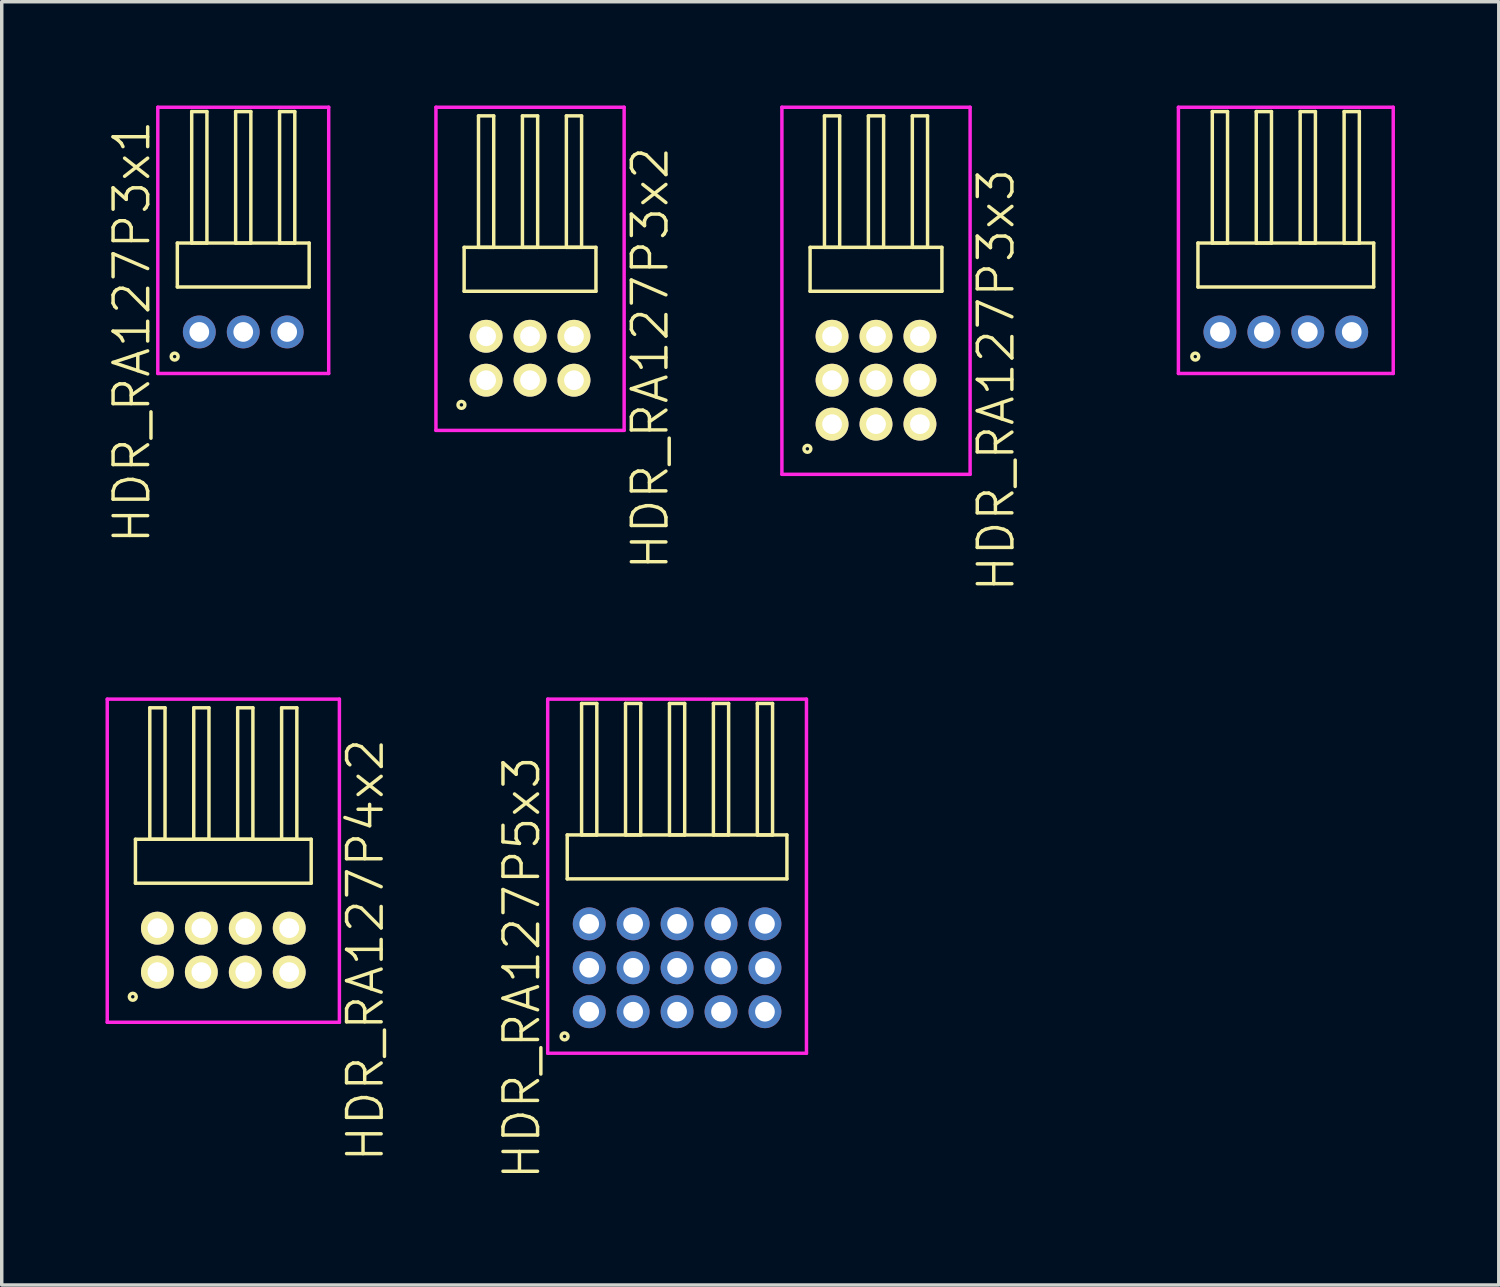
<source format=kicad_pcb>
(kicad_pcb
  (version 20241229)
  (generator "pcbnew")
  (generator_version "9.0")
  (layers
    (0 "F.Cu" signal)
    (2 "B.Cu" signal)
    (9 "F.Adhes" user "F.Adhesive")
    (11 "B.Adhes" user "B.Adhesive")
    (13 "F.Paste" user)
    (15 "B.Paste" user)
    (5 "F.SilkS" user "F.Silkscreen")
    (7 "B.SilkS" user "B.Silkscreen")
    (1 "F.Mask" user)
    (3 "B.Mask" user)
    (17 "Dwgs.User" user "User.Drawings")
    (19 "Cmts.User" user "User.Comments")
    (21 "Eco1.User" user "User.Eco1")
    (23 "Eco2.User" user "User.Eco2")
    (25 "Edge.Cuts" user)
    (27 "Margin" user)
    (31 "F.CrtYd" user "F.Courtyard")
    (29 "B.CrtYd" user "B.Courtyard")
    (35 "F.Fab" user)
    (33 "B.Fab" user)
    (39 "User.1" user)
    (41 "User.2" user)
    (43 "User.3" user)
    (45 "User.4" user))
  (footprint "HDR_RA127P4x1"
    (layer "F.Cu")
    (at 34.117 6.545)
    (property "Reference" "HDR_RA127P4x1" (at -3.855 0 90) (layer "User.1") (effects (font (size 1 1) (thickness 0.1))))
    (attr through_hole)
    (fp_line (start -2.54 -2.57) (end -2.54 -1.3) (stroke (width 0.1) (type solid)) (layer "F.SilkS"))
    (fp_line (start -2.54 -1.3) (end 2.54 -1.3) (stroke (width 0.1) (type solid)) (layer "F.SilkS"))
    (fp_line (start -2.125 -6.37) (end -2.125 -2.57) (stroke (width 0.1) (type solid)) (layer "F.SilkS"))
    (fp_line (start -2.125 -2.57) (end -1.685 -2.57) (stroke (width 0.1) (type solid)) (layer "F.SilkS"))
    (fp_line (start -1.685 -6.37) (end -2.125 -6.37) (stroke (width 0.1) (type solid)) (layer "F.SilkS"))
    (fp_line (start -1.685 -2.57) (end -1.685 -6.37) (stroke (width 0.1) (type solid)) (layer "F.SilkS"))
    (fp_line (start -0.855 -6.37) (end -0.855 -2.57) (stroke (width 0.1) (type solid)) (layer "F.SilkS"))
    (fp_line (start -0.855 -2.57) (end -0.415 -2.57) (stroke (width 0.1) (type solid)) (layer "F.SilkS"))
    (fp_line (start -0.415 -6.37) (end -0.855 -6.37) (stroke (width 0.1) (type solid)) (layer "F.SilkS"))
    (fp_line (start -0.415 -2.57) (end -0.415 -6.37) (stroke (width 0.1) (type solid)) (layer "F.SilkS"))
    (fp_line (start 0.415 -6.37) (end 0.415 -2.57) (stroke (width 0.1) (type solid)) (layer "F.SilkS"))
    (fp_line (start 0.415 -2.57) (end 0.855 -2.57) (stroke (width 0.1) (type solid)) (layer "F.SilkS"))
    (fp_line (start 0.855 -6.37) (end 0.415 -6.37) (stroke (width 0.1) (type solid)) (layer "F.SilkS"))
    (fp_line (start 0.855 -2.57) (end 0.855 -6.37) (stroke (width 0.1) (type solid)) (layer "F.SilkS"))
    (fp_line (start 1.685 -6.37) (end 1.685 -2.57) (stroke (width 0.1) (type solid)) (layer "F.SilkS"))
    (fp_line (start 1.685 -2.57) (end 2.125 -2.57) (stroke (width 0.1) (type solid)) (layer "F.SilkS"))
    (fp_line (start 2.125 -6.37) (end 1.685 -6.37) (stroke (width 0.1) (type solid)) (layer "F.SilkS"))
    (fp_line (start 2.125 -2.57) (end 2.125 -6.37) (stroke (width 0.1) (type solid)) (layer "F.SilkS"))
    (fp_line (start 2.54 -2.57) (end -2.54 -2.57) (stroke (width 0.1) (type solid)) (layer "F.SilkS"))
    (fp_line (start 2.54 -1.3) (end 2.54 -2.57) (stroke (width 0.1) (type solid)) (layer "F.SilkS"))
    (fp_circle (center -2.617 0.712) (end -2.517 0.712) (stroke (width 0.1) (type solid)) (fill no) (layer "F.SilkS"))
    (fp_line (start -3.105 -6.495) (end -3.105 1.2) (stroke (width 0.1) (type solid)) (layer "F.CrtYd"))
    (fp_line (start -3.105 1.2) (end 3.105 1.2) (stroke (width 0.1) (type solid)) (layer "F.CrtYd"))
    (fp_line (start 3.105 -6.495) (end -3.105 -6.495) (stroke (width 0.1) (type solid)) (layer "F.CrtYd"))
    (fp_line (start 3.105 1.2) (end 3.105 -6.495) (stroke (width 0.1) (type solid)) (layer "F.CrtYd"))
    (pad "1" thru_hole oval (at -1.905 0) (size 0.95 0.95) (drill 0.57) (layers "*.Cu" "*.Mask"))
    (pad "2" thru_hole oval (at -0.635 0) (size 0.95 0.95) (drill 0.57) (layers "*.Cu" "*.Mask"))
    (pad "3" thru_hole oval (at 0.635 0) (size 0.95 0.95) (drill 0.57) (layers "*.Cu" "*.Mask"))
    (pad "4" thru_hole oval (at 1.905 0) (size 0.95 0.95) (drill 0.57) (layers "*.Cu" "*.Mask")))
  (footprint "HDR_RA127P3x2"
    (layer "F.Cu")
    (at 12.271 7.305)
    (property "Reference" "HDR_RA127P3x2" (at 3.47 0 90) (layer "F.SilkS") (effects (font (size 1 1) (thickness 0.1))))
    (attr through_hole)
    (fp_line (start -1.905 -3.205) (end -1.905 -1.935) (stroke (width 0.1) (type solid)) (layer "F.SilkS"))
    (fp_line (start -1.905 -1.935) (end 1.905 -1.935) (stroke (width 0.1) (type solid)) (layer "F.SilkS"))
    (fp_line (start -1.49 -7.005) (end -1.49 -3.205) (stroke (width 0.1) (type solid)) (layer "F.SilkS"))
    (fp_line (start -1.49 -3.205) (end -1.05 -3.205) (stroke (width 0.1) (type solid)) (layer "F.SilkS"))
    (fp_line (start -1.05 -7.005) (end -1.49 -7.005) (stroke (width 0.1) (type solid)) (layer "F.SilkS"))
    (fp_line (start -1.05 -3.205) (end -1.05 -7.005) (stroke (width 0.1) (type solid)) (layer "F.SilkS"))
    (fp_line (start -0.22 -7.005) (end -0.22 -3.205) (stroke (width 0.1) (type solid)) (layer "F.SilkS"))
    (fp_line (start -0.22 -3.205) (end 0.22 -3.205) (stroke (width 0.1) (type solid)) (layer "F.SilkS"))
    (fp_line (start 0.22 -7.005) (end -0.22 -7.005) (stroke (width 0.1) (type solid)) (layer "F.SilkS"))
    (fp_line (start 0.22 -3.205) (end 0.22 -7.005) (stroke (width 0.1) (type solid)) (layer "F.SilkS"))
    (fp_line (start 1.05 -7.005) (end 1.05 -3.205) (stroke (width 0.1) (type solid)) (layer "F.SilkS"))
    (fp_line (start 1.05 -3.205) (end 1.49 -3.205) (stroke (width 0.1) (type solid)) (layer "F.SilkS"))
    (fp_line (start 1.49 -7.005) (end 1.05 -7.005) (stroke (width 0.1) (type solid)) (layer "F.SilkS"))
    (fp_line (start 1.49 -3.205) (end 1.49 -7.005) (stroke (width 0.1) (type solid)) (layer "F.SilkS"))
    (fp_line (start 1.905 -3.205) (end -1.905 -3.205) (stroke (width 0.1) (type solid)) (layer "F.SilkS"))
    (fp_line (start 1.905 -1.935) (end 1.905 -3.205) (stroke (width 0.1) (type solid)) (layer "F.SilkS"))
    (fp_circle (center -1.983 1.348) (end -1.883 1.348) (stroke (width 0.1) (type solid)) (fill no) (layer "F.SilkS"))
    (fp_line (start -2.72 -7.255) (end -2.72 2.085) (stroke (width 0.1) (type solid)) (layer "F.CrtYd"))
    (fp_line (start -2.72 2.085) (end 2.72 2.085) (stroke (width 0.1) (type solid)) (layer "F.CrtYd"))
    (fp_line (start 2.72 -7.255) (end -2.72 -7.255) (stroke (width 0.1) (type solid)) (layer "F.CrtYd"))
    (fp_line (start 2.72 2.085) (end 2.72 -7.255) (stroke (width 0.1) (type solid)) (layer "F.CrtYd"))
    (pad "1" thru_hole oval (at -1.27 0.635) (size 0.95 0.95) (drill 0.57) (layers "*.Cu" "*.Mask" "F.SilkS"))
    (pad "2" thru_hole oval (at -1.27 -0.635) (size 0.95 0.95) (drill 0.57) (layers "*.Cu" "*.Mask" "F.SilkS"))
    (pad "3" thru_hole oval (at 0 0.635) (size 0.95 0.95) (drill 0.57) (layers "*.Cu" "*.Mask" "F.SilkS"))
    (pad "4" thru_hole oval (at 0 -0.635) (size 0.95 0.95) (drill 0.57) (layers "*.Cu" "*.Mask" "F.SilkS"))
    (pad "5" thru_hole oval (at 1.27 0.635) (size 0.95 0.95) (drill 0.57) (layers "*.Cu" "*.Mask" "F.SilkS"))
    (pad "6" thru_hole oval (at 1.27 -0.635) (size 0.95 0.95) (drill 0.57) (layers "*.Cu" "*.Mask" "F.SilkS")))
  (footprint "HDR_RA127P5x3"
    (layer "F.Cu")
    (at 16.521 24.924)
    (property "Reference" "HDR_RA127P5x3" (at -4.49 0 90) (layer "F.SilkS") (effects (font (size 1 1) (thickness 0.1))))
    (attr through_hole)
    (fp_line (start -3.175 -3.84) (end -3.175 -2.57) (stroke (width 0.1) (type solid)) (layer "F.SilkS"))
    (fp_line (start -3.175 -2.57) (end 3.175 -2.57) (stroke (width 0.1) (type solid)) (layer "F.SilkS"))
    (fp_line (start -2.76 -7.64) (end -2.76 -3.84) (stroke (width 0.1) (type solid)) (layer "F.SilkS"))
    (fp_line (start -2.76 -3.84) (end -2.32 -3.84) (stroke (width 0.1) (type solid)) (layer "F.SilkS"))
    (fp_line (start -2.32 -7.64) (end -2.76 -7.64) (stroke (width 0.1) (type solid)) (layer "F.SilkS"))
    (fp_line (start -2.32 -3.84) (end -2.32 -7.64) (stroke (width 0.1) (type solid)) (layer "F.SilkS"))
    (fp_line (start -1.49 -7.64) (end -1.49 -3.84) (stroke (width 0.1) (type solid)) (layer "F.SilkS"))
    (fp_line (start -1.49 -3.84) (end -1.05 -3.84) (stroke (width 0.1) (type solid)) (layer "F.SilkS"))
    (fp_line (start -1.05 -7.64) (end -1.49 -7.64) (stroke (width 0.1) (type solid)) (layer "F.SilkS"))
    (fp_line (start -1.05 -3.84) (end -1.05 -7.64) (stroke (width 0.1) (type solid)) (layer "F.SilkS"))
    (fp_line (start -0.22 -7.64) (end -0.22 -3.84) (stroke (width 0.1) (type solid)) (layer "F.SilkS"))
    (fp_line (start -0.22 -3.84) (end 0.22 -3.84) (stroke (width 0.1) (type solid)) (layer "F.SilkS"))
    (fp_line (start 0.22 -7.64) (end -0.22 -7.64) (stroke (width 0.1) (type solid)) (layer "F.SilkS"))
    (fp_line (start 0.22 -3.84) (end 0.22 -7.64) (stroke (width 0.1) (type solid)) (layer "F.SilkS"))
    (fp_line (start 1.05 -7.64) (end 1.05 -3.84) (stroke (width 0.1) (type solid)) (layer "F.SilkS"))
    (fp_line (start 1.05 -3.84) (end 1.49 -3.84) (stroke (width 0.1) (type solid)) (layer "F.SilkS"))
    (fp_line (start 1.49 -7.64) (end 1.05 -7.64) (stroke (width 0.1) (type solid)) (layer "F.SilkS"))
    (fp_line (start 1.49 -3.84) (end 1.49 -7.64) (stroke (width 0.1) (type solid)) (layer "F.SilkS"))
    (fp_line (start 2.32 -7.64) (end 2.32 -3.84) (stroke (width 0.1) (type solid)) (layer "F.SilkS"))
    (fp_line (start 2.32 -3.84) (end 2.76 -3.84) (stroke (width 0.1) (type solid)) (layer "F.SilkS"))
    (fp_line (start 2.76 -7.64) (end 2.32 -7.64) (stroke (width 0.1) (type solid)) (layer "F.SilkS"))
    (fp_line (start 2.76 -3.84) (end 2.76 -7.64) (stroke (width 0.1) (type solid)) (layer "F.SilkS"))
    (fp_line (start 3.175 -3.84) (end -3.175 -3.84) (stroke (width 0.1) (type solid)) (layer "F.SilkS"))
    (fp_line (start 3.175 -2.57) (end 3.175 -3.84) (stroke (width 0.1) (type solid)) (layer "F.SilkS"))
    (fp_circle (center -3.252 1.983) (end -3.152 1.983) (stroke (width 0.1) (type solid)) (fill no) (layer "F.SilkS"))
    (fp_line (start -3.74 -7.765) (end -3.74 2.47) (stroke (width 0.1) (type solid)) (layer "F.CrtYd"))
    (fp_line (start -3.74 2.47) (end 3.74 2.47) (stroke (width 0.1) (type solid)) (layer "F.CrtYd"))
    (fp_line (start 3.74 -7.765) (end -3.74 -7.765) (stroke (width 0.1) (type solid)) (layer "F.CrtYd"))
    (fp_line (start 3.74 2.47) (end 3.74 -7.765) (stroke (width 0.1) (type solid)) (layer "F.CrtYd"))
    (pad "1" thru_hole oval (at -2.54 1.27) (size 0.95 0.95) (drill 0.57) (layers "*.Cu" "*.Mask"))
    (pad "2" thru_hole oval (at -2.54 0) (size 0.95 0.95) (drill 0.57) (layers "*.Cu" "*.Mask"))
    (pad "3" thru_hole oval (at -2.54 -1.27) (size 0.95 0.95) (drill 0.57) (layers "*.Cu" "*.Mask"))
    (pad "4" thru_hole oval (at -1.27 1.27) (size 0.95 0.95) (drill 0.57) (layers "*.Cu" "*.Mask"))
    (pad "5" thru_hole oval (at -1.27 0) (size 0.95 0.95) (drill 0.57) (layers "*.Cu" "*.Mask"))
    (pad "6" thru_hole oval (at -1.27 -1.27) (size 0.95 0.95) (drill 0.57) (layers "*.Cu" "*.Mask"))
    (pad "7" thru_hole oval (at 0 1.27) (size 0.95 0.95) (drill 0.57) (layers "*.Cu" "*.Mask"))
    (pad "8" thru_hole oval (at 0 0) (size 0.95 0.95) (drill 0.57) (layers "*.Cu" "*.Mask"))
    (pad "9" thru_hole oval (at 0 -1.27) (size 0.95 0.95) (drill 0.57) (layers "*.Cu" "*.Mask"))
    (pad "10" thru_hole oval (at 1.27 1.27) (size 0.95 0.95) (drill 0.57) (layers "*.Cu" "*.Mask"))
    (pad "11" thru_hole oval (at 1.27 0) (size 0.95 0.95) (drill 0.57) (layers "*.Cu" "*.Mask"))
    (pad "12" thru_hole oval (at 1.27 -1.27) (size 0.95 0.95) (drill 0.57) (layers "*.Cu" "*.Mask"))
    (pad "13" thru_hole oval (at 2.54 1.27) (size 0.95 0.95) (drill 0.57) (layers "*.Cu" "*.Mask"))
    (pad "14" thru_hole oval (at 2.54 0) (size 0.95 0.95) (drill 0.57) (layers "*.Cu" "*.Mask"))
    (pad "15" thru_hole oval (at 2.54 -1.27) (size 0.95 0.95) (drill 0.57) (layers "*.Cu" "*.Mask")))
  (footprint "HDR_RA127P3x1"
    (layer "F.Cu")
    (at 3.981 6.545)
    (property "Reference" "HDR_RA127P3x1" (at -3.22 0 90) (layer "F.SilkS") (effects (font (size 1 1) (thickness 0.1))))
    (attr through_hole)
    (fp_line (start -1.905 -2.57) (end -1.905 -1.3) (stroke (width 0.1) (type solid)) (layer "F.SilkS"))
    (fp_line (start -1.905 -1.3) (end 1.905 -1.3) (stroke (width 0.1) (type solid)) (layer "F.SilkS"))
    (fp_line (start -1.49 -6.37) (end -1.49 -2.57) (stroke (width 0.1) (type solid)) (layer "F.SilkS"))
    (fp_line (start -1.49 -2.57) (end -1.05 -2.57) (stroke (width 0.1) (type solid)) (layer "F.SilkS"))
    (fp_line (start -1.05 -6.37) (end -1.49 -6.37) (stroke (width 0.1) (type solid)) (layer "F.SilkS"))
    (fp_line (start -1.05 -2.57) (end -1.05 -6.37) (stroke (width 0.1) (type solid)) (layer "F.SilkS"))
    (fp_line (start -0.22 -6.37) (end -0.22 -2.57) (stroke (width 0.1) (type solid)) (layer "F.SilkS"))
    (fp_line (start -0.22 -2.57) (end 0.22 -2.57) (stroke (width 0.1) (type solid)) (layer "F.SilkS"))
    (fp_line (start 0.22 -6.37) (end -0.22 -6.37) (stroke (width 0.1) (type solid)) (layer "F.SilkS"))
    (fp_line (start 0.22 -2.57) (end 0.22 -6.37) (stroke (width 0.1) (type solid)) (layer "F.SilkS"))
    (fp_line (start 1.05 -6.37) (end 1.05 -2.57) (stroke (width 0.1) (type solid)) (layer "F.SilkS"))
    (fp_line (start 1.05 -2.57) (end 1.49 -2.57) (stroke (width 0.1) (type solid)) (layer "F.SilkS"))
    (fp_line (start 1.49 -6.37) (end 1.05 -6.37) (stroke (width 0.1) (type solid)) (layer "F.SilkS"))
    (fp_line (start 1.49 -2.57) (end 1.49 -6.37) (stroke (width 0.1) (type solid)) (layer "F.SilkS"))
    (fp_line (start 1.905 -2.57) (end -1.905 -2.57) (stroke (width 0.1) (type solid)) (layer "F.SilkS"))
    (fp_line (start 1.905 -1.3) (end 1.905 -2.57) (stroke (width 0.1) (type solid)) (layer "F.SilkS"))
    (fp_circle (center -1.983 0.712) (end -1.883 0.712) (stroke (width 0.1) (type solid)) (fill no) (layer "F.SilkS"))
    (fp_line (start -2.47 -6.495) (end -2.47 1.2) (stroke (width 0.1) (type solid)) (layer "F.CrtYd"))
    (fp_line (start -2.47 1.2) (end 2.47 1.2) (stroke (width 0.1) (type solid)) (layer "F.CrtYd"))
    (fp_line (start 2.47 -6.495) (end -2.47 -6.495) (stroke (width 0.1) (type solid)) (layer "F.CrtYd"))
    (fp_line (start 2.47 1.2) (end 2.47 -6.495) (stroke (width 0.1) (type solid)) (layer "F.CrtYd"))
    (pad "1" thru_hole oval (at -1.27 0) (size 0.95 0.95) (drill 0.57) (layers "*.Cu" "*.Mask"))
    (pad "2" thru_hole oval (at 0 0) (size 0.95 0.95) (drill 0.57) (layers "*.Cu" "*.Mask"))
    (pad "3" thru_hole oval (at 1.27 0) (size 0.95 0.95) (drill 0.57) (layers "*.Cu" "*.Mask")))
  (footprint "HDR_RA127P4x2"
    (layer "F.Cu")
    (at 3.405 24.414)
    (property "Reference" "HDR_RA127P4x2" (at 4.105 0 90) (layer "F.SilkS") (effects (font (size 1 1) (thickness 0.1))))
    (attr through_hole)
    (fp_line (start -2.54 -3.205) (end -2.54 -1.935) (stroke (width 0.1) (type solid)) (layer "F.SilkS"))
    (fp_line (start -2.54 -1.935) (end 2.54 -1.935) (stroke (width 0.1) (type solid)) (layer "F.SilkS"))
    (fp_line (start -2.125 -7.005) (end -2.125 -3.205) (stroke (width 0.1) (type solid)) (layer "F.SilkS"))
    (fp_line (start -2.125 -3.205) (end -1.685 -3.205) (stroke (width 0.1) (type solid)) (layer "F.SilkS"))
    (fp_line (start -1.685 -7.005) (end -2.125 -7.005) (stroke (width 0.1) (type solid)) (layer "F.SilkS"))
    (fp_line (start -1.685 -3.205) (end -1.685 -7.005) (stroke (width 0.1) (type solid)) (layer "F.SilkS"))
    (fp_line (start -0.855 -7.005) (end -0.855 -3.205) (stroke (width 0.1) (type solid)) (layer "F.SilkS"))
    (fp_line (start -0.855 -3.205) (end -0.415 -3.205) (stroke (width 0.1) (type solid)) (layer "F.SilkS"))
    (fp_line (start -0.415 -7.005) (end -0.855 -7.005) (stroke (width 0.1) (type solid)) (layer "F.SilkS"))
    (fp_line (start -0.415 -3.205) (end -0.415 -7.005) (stroke (width 0.1) (type solid)) (layer "F.SilkS"))
    (fp_line (start 0.415 -7.005) (end 0.415 -3.205) (stroke (width 0.1) (type solid)) (layer "F.SilkS"))
    (fp_line (start 0.415 -3.205) (end 0.855 -3.205) (stroke (width 0.1) (type solid)) (layer "F.SilkS"))
    (fp_line (start 0.855 -7.005) (end 0.415 -7.005) (stroke (width 0.1) (type solid)) (layer "F.SilkS"))
    (fp_line (start 0.855 -3.205) (end 0.855 -7.005) (stroke (width 0.1) (type solid)) (layer "F.SilkS"))
    (fp_line (start 1.685 -7.005) (end 1.685 -3.205) (stroke (width 0.1) (type solid)) (layer "F.SilkS"))
    (fp_line (start 1.685 -3.205) (end 2.125 -3.205) (stroke (width 0.1) (type solid)) (layer "F.SilkS"))
    (fp_line (start 2.125 -7.005) (end 1.685 -7.005) (stroke (width 0.1) (type solid)) (layer "F.SilkS"))
    (fp_line (start 2.125 -3.205) (end 2.125 -7.005) (stroke (width 0.1) (type solid)) (layer "F.SilkS"))
    (fp_line (start 2.54 -3.205) (end -2.54 -3.205) (stroke (width 0.1) (type solid)) (layer "F.SilkS"))
    (fp_line (start 2.54 -1.935) (end 2.54 -3.205) (stroke (width 0.1) (type solid)) (layer "F.SilkS"))
    (fp_circle (center -2.617 1.348) (end -2.517 1.348) (stroke (width 0.1) (type solid)) (fill no) (layer "F.SilkS"))
    (fp_line (start -3.355 -7.255) (end -3.355 2.085) (stroke (width 0.1) (type solid)) (layer "F.CrtYd"))
    (fp_line (start -3.355 2.085) (end 3.355 2.085) (stroke (width 0.1) (type solid)) (layer "F.CrtYd"))
    (fp_line (start 3.355 -7.255) (end -3.355 -7.255) (stroke (width 0.1) (type solid)) (layer "F.CrtYd"))
    (fp_line (start 3.355 2.085) (end 3.355 -7.255) (stroke (width 0.1) (type solid)) (layer "F.CrtYd"))
    (pad "1" thru_hole oval (at -1.905 0.635) (size 0.95 0.95) (drill 0.57) (layers "*.Cu" "*.Mask" "F.SilkS"))
    (pad "2" thru_hole oval (at -1.905 -0.635) (size 0.95 0.95) (drill 0.57) (layers "*.Cu" "*.Mask" "F.SilkS"))
    (pad "3" thru_hole oval (at -0.635 0.635) (size 0.95 0.95) (drill 0.57) (layers "*.Cu" "*.Mask" "F.SilkS"))
    (pad "4" thru_hole oval (at -0.635 -0.635) (size 0.95 0.95) (drill 0.57) (layers "*.Cu" "*.Mask" "F.SilkS"))
    (pad "5" thru_hole oval (at 0.635 0.635) (size 0.95 0.95) (drill 0.57) (layers "*.Cu" "*.Mask" "F.SilkS"))
    (pad "6" thru_hole oval (at 0.635 -0.635) (size 0.95 0.95) (drill 0.57) (layers "*.Cu" "*.Mask" "F.SilkS"))
    (pad "7" thru_hole oval (at 1.905 0.635) (size 0.95 0.95) (drill 0.57) (layers "*.Cu" "*.Mask" "F.SilkS"))
    (pad "8" thru_hole oval (at 1.905 -0.635) (size 0.95 0.95) (drill 0.57) (layers "*.Cu" "*.Mask" "F.SilkS")))
  (footprint "HDR_RA127P3x3"
    (layer "F.Cu")
    (at 22.271 7.94)
    (property "Reference" "HDR_RA127P3x3" (at 3.47 0 90) (layer "F.SilkS") (effects (font (size 1 1) (thickness 0.1))))
    (attr through_hole)
    (fp_line (start -1.905 -3.84) (end -1.905 -2.57) (stroke (width 0.1) (type solid)) (layer "F.SilkS"))
    (fp_line (start -1.905 -2.57) (end 1.905 -2.57) (stroke (width 0.1) (type solid)) (layer "F.SilkS"))
    (fp_line (start -1.49 -7.64) (end -1.49 -3.84) (stroke (width 0.1) (type solid)) (layer "F.SilkS"))
    (fp_line (start -1.49 -3.84) (end -1.05 -3.84) (stroke (width 0.1) (type solid)) (layer "F.SilkS"))
    (fp_line (start -1.05 -7.64) (end -1.49 -7.64) (stroke (width 0.1) (type solid)) (layer "F.SilkS"))
    (fp_line (start -1.05 -3.84) (end -1.05 -7.64) (stroke (width 0.1) (type solid)) (layer "F.SilkS"))
    (fp_line (start -0.22 -7.64) (end -0.22 -3.84) (stroke (width 0.1) (type solid)) (layer "F.SilkS"))
    (fp_line (start -0.22 -3.84) (end 0.22 -3.84) (stroke (width 0.1) (type solid)) (layer "F.SilkS"))
    (fp_line (start 0.22 -7.64) (end -0.22 -7.64) (stroke (width 0.1) (type solid)) (layer "F.SilkS"))
    (fp_line (start 0.22 -3.84) (end 0.22 -7.64) (stroke (width 0.1) (type solid)) (layer "F.SilkS"))
    (fp_line (start 1.05 -7.64) (end 1.05 -3.84) (stroke (width 0.1) (type solid)) (layer "F.SilkS"))
    (fp_line (start 1.05 -3.84) (end 1.49 -3.84) (stroke (width 0.1) (type solid)) (layer "F.SilkS"))
    (fp_line (start 1.49 -7.64) (end 1.05 -7.64) (stroke (width 0.1) (type solid)) (layer "F.SilkS"))
    (fp_line (start 1.49 -3.84) (end 1.49 -7.64) (stroke (width 0.1) (type solid)) (layer "F.SilkS"))
    (fp_line (start 1.905 -3.84) (end -1.905 -3.84) (stroke (width 0.1) (type solid)) (layer "F.SilkS"))
    (fp_line (start 1.905 -2.57) (end 1.905 -3.84) (stroke (width 0.1) (type solid)) (layer "F.SilkS"))
    (fp_circle (center -1.983 1.983) (end -1.883 1.983) (stroke (width 0.1) (type solid)) (fill no) (layer "F.SilkS"))
    (fp_line (start -2.72 -7.89) (end -2.72 2.72) (stroke (width 0.1) (type solid)) (layer "F.CrtYd"))
    (fp_line (start -2.72 2.72) (end 2.72 2.72) (stroke (width 0.1) (type solid)) (layer "F.CrtYd"))
    (fp_line (start 2.72 -7.89) (end -2.72 -7.89) (stroke (width 0.1) (type solid)) (layer "F.CrtYd"))
    (fp_line (start 2.72 2.72) (end 2.72 -7.89) (stroke (width 0.1) (type solid)) (layer "F.CrtYd"))
    (pad "1" thru_hole oval (at -1.27 1.27) (size 0.95 0.95) (drill 0.57) (layers "*.Cu" "*.Mask" "F.SilkS"))
    (pad "2" thru_hole oval (at -1.27 0) (size 0.95 0.95) (drill 0.57) (layers "*.Cu" "*.Mask" "F.SilkS"))
    (pad "3" thru_hole oval (at -1.27 -1.27) (size 0.95 0.95) (drill 0.57) (layers "*.Cu" "*.Mask" "F.SilkS"))
    (pad "4" thru_hole oval (at 0 1.27) (size 0.95 0.95) (drill 0.57) (layers "*.Cu" "*.Mask" "F.SilkS"))
    (pad "5" thru_hole oval (at 0 0) (size 0.95 0.95) (drill 0.57) (layers "*.Cu" "*.Mask" "F.SilkS"))
    (pad "6" thru_hole oval (at 0 -1.27) (size 0.95 0.95) (drill 0.57) (layers "*.Cu" "*.Mask" "F.SilkS"))
    (pad "7" thru_hole oval (at 1.27 1.27) (size 0.95 0.95) (drill 0.57) (layers "*.Cu" "*.Mask" "F.SilkS"))
    (pad "8" thru_hole oval (at 1.27 0) (size 0.95 0.95) (drill 0.57) (layers "*.Cu" "*.Mask" "F.SilkS"))
    (pad "9" thru_hole oval (at 1.27 -1.27) (size 0.95 0.95) (drill 0.57) (layers "*.Cu" "*.Mask" "F.SilkS")))
  (gr_rect
    (start -3 -3)
    (end 40.272 34.093)
    (stroke (width 0.1) (type default))
    (fill no)
    (layer "Edge.Cuts")))
</source>
